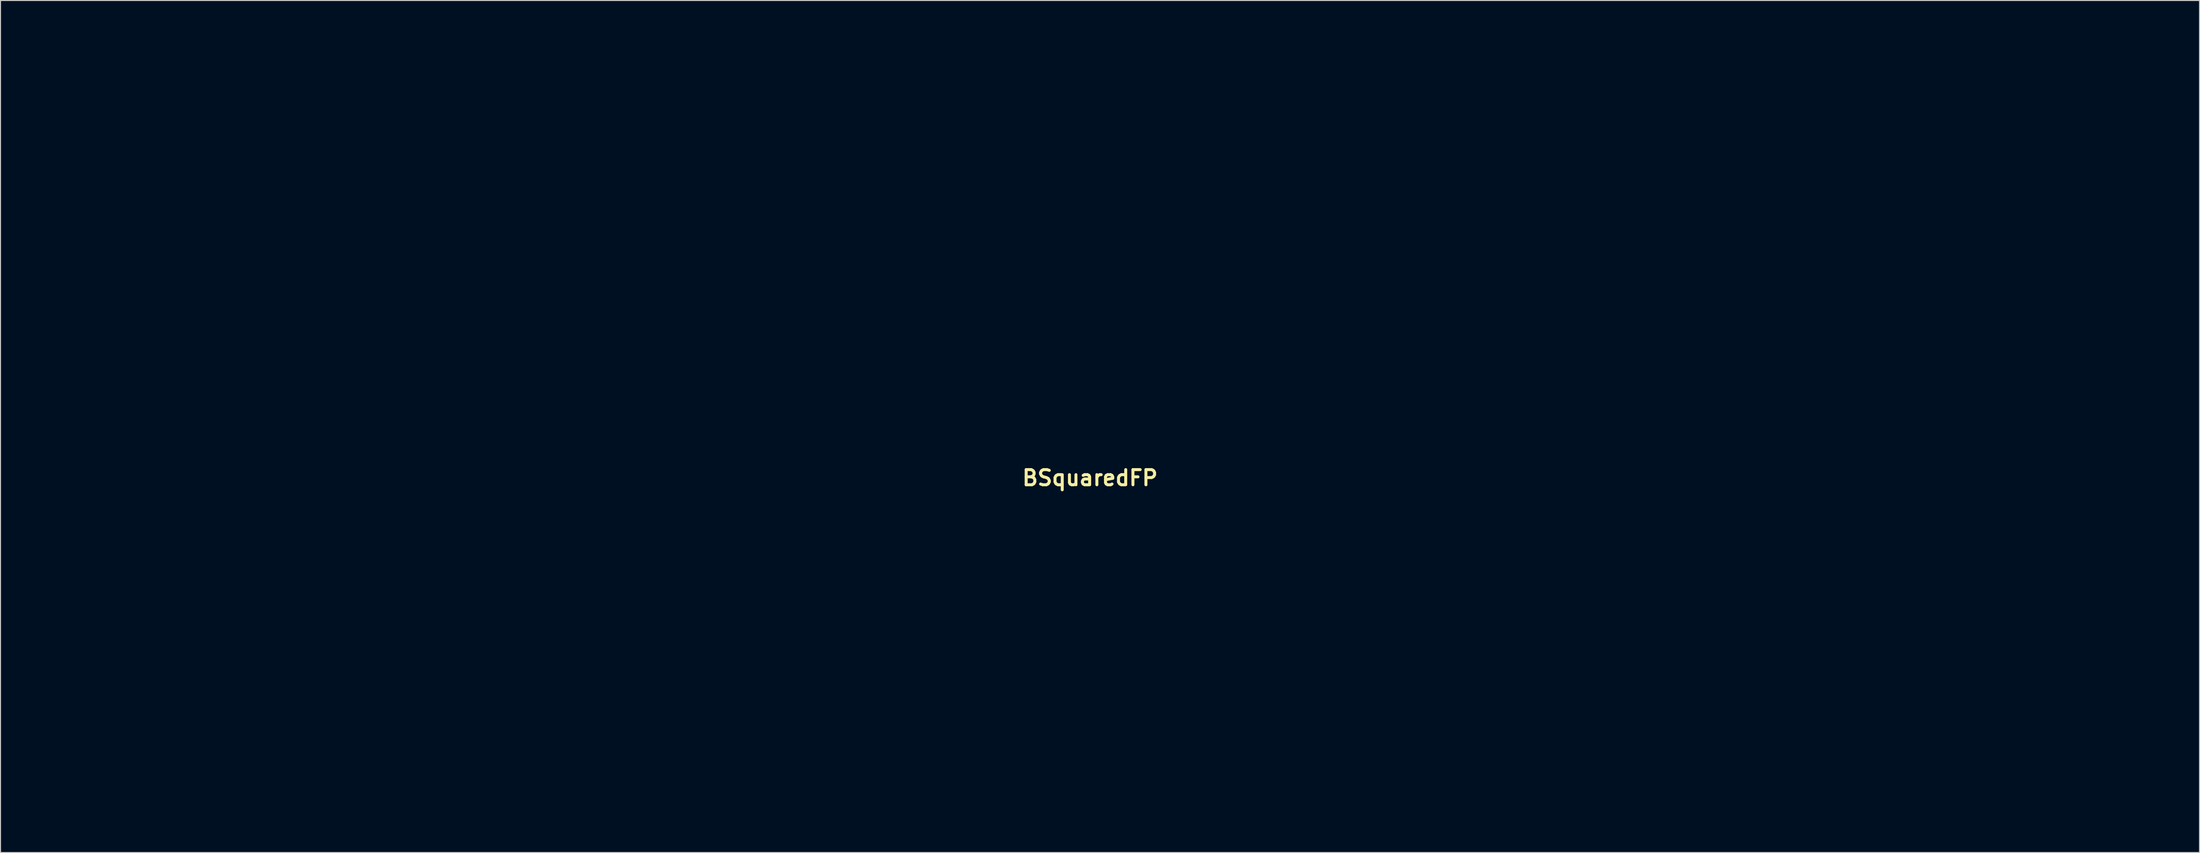
<source format=kicad_pcb>
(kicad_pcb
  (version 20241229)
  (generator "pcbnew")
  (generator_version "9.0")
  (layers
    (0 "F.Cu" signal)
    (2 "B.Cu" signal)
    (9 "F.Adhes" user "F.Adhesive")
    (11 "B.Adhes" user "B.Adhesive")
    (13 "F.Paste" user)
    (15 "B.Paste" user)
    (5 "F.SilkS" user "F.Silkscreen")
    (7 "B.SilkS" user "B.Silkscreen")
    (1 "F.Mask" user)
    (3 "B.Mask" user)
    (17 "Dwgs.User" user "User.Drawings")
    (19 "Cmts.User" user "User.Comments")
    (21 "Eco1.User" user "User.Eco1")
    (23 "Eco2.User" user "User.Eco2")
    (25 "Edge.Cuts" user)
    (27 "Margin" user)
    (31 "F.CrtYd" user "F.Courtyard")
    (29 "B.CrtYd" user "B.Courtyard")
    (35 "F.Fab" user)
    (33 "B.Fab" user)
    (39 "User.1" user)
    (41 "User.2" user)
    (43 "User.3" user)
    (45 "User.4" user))
  (footprint "BSquaredFP"
    (layer "F.Cu")
    (at 106.6 45.067)
    (property "Reference" "BSquaredFP" (at 0 0 0) (layer "F.SilkS") (effects (font (size 1.524 1.524) (thickness 0.3))))
    (attr through_hole)
    (fp_poly (pts (xy 79.841 14.817) (xy 65.786 14.817) (xy 65.786 20.743) (xy 77.639 20.743) (xy 77.639 22.521) (xy 65.786 22.521) (xy 65.786 28.955) (xy 73.046 28.977) (xy 80.306 28.998) (xy 80.33 29.866) (xy 80.355 30.734) (xy 64.008 30.734) (xy 64.008 13.039) (xy 79.841 13.039) (xy 79.841 14.817)) (stroke (width 0.01) (type solid)) (fill no) (layer "Eco2.User"))
    (fp_poly (pts (xy -1.439 -26.867) (xy -6.181 -23.707) (xy -10.922 -20.547) (xy -10.922 -2.371) (xy -15.62 0.762) (xy -16.421 1.295) (xy -17.18 1.8) (xy -17.885 2.268) (xy -18.526 2.693) (xy -19.089 3.065) (xy -19.564 3.379) (xy -19.939 3.624) (xy -20.202 3.795) (xy -20.342 3.884) (xy -20.362 3.895) (xy -20.368 3.812) (xy -20.373 3.571) (xy -20.378 3.182) (xy -20.383 2.657) (xy -20.387 2.006) (xy -20.391 1.241) (xy -20.395 0.372) (xy -20.398 -0.59) (xy -20.4 -1.633) (xy -20.401 -2.748) (xy -20.402 -3.922) (xy -20.402 -5.145) (xy -20.402 -5.186) (xy -20.4 -14.266) (xy -15.661 -17.42) (xy -10.922 -20.574) (xy -10.922 -38.75) (xy -6.413 -41.754) (xy -5.623 -42.281) (xy -4.869 -42.783) (xy -4.165 -43.252) (xy -3.523 -43.68) (xy -2.955 -44.058) (xy -2.476 -44.377) (xy -2.096 -44.63) (xy -1.828 -44.807) (xy -1.686 -44.901) (xy -1.672 -44.91) (xy -1.439 -45.062) (xy -1.439 -26.867)) (stroke (width 0.01) (type solid)) (fill no) (layer "Eco2.User"))
    (fp_poly (pts (xy 24.973 -44.97) (xy 24.988 -44.883) (xy 25.002 -44.722) (xy 25.014 -44.479) (xy 25.024 -44.144) (xy 25.033 -43.712) (xy 25.041 -43.172) (xy 25.047 -42.518) (xy 25.052 -41.742) (xy 25.055 -40.835) (xy 25.058 -39.789) (xy 25.06 -38.597) (xy 25.061 -37.251) (xy 25.061 -35.96) (xy 25.061 -26.867) (xy 20.32 -23.707) (xy 15.579 -20.547) (xy 15.579 -2.371) (xy 10.88 0.762) (xy 10.08 1.295) (xy 9.321 1.8) (xy 8.615 2.268) (xy 7.975 2.693) (xy 7.412 3.065) (xy 6.936 3.379) (xy 6.562 3.624) (xy 6.298 3.795) (xy 6.159 3.884) (xy 6.139 3.895) (xy 6.133 3.812) (xy 6.128 3.571) (xy 6.122 3.182) (xy 6.118 2.657) (xy 6.113 2.006) (xy 6.109 1.241) (xy 6.106 0.372) (xy 6.103 -0.59) (xy 6.101 -1.633) (xy 6.099 -2.748) (xy 6.098 -3.922) (xy 6.098 -5.145) (xy 6.098 -5.186) (xy 6.101 -14.266) (xy 15.494 -20.517) (xy 15.494 -38.692) (xy 20.172 -41.809) (xy 20.973 -42.343) (xy 21.734 -42.849) (xy 22.443 -43.321) (xy 23.088 -43.75) (xy 23.656 -44.129) (xy 24.137 -44.448) (xy 24.518 -44.701) (xy 24.788 -44.879) (xy 24.934 -44.975) (xy 24.956 -44.989) (xy 24.973 -44.97)) (stroke (width 0.01) (type solid)) (fill no) (layer "Eco2.User"))
    (fp_poly (pts (xy 16.205 12.912) (xy 20.59 21.759) (xy 21.158 22.906) (xy 21.705 24.01) (xy 22.225 25.062) (xy 22.715 26.053) (xy 23.169 26.974) (xy 23.583 27.815) (xy 23.953 28.566) (xy 24.273 29.217) (xy 24.539 29.761) (xy 24.746 30.186) (xy 24.89 30.484) (xy 24.965 30.644) (xy 24.976 30.671) (xy 24.897 30.696) (xy 24.683 30.716) (xy 24.367 30.73) (xy 24.023 30.734) (xy 23.07 30.734) (xy 20.026 24.638) (xy 10.116 24.638) (xy 7.072 30.734) (xy 5.092 30.734) (xy 8.373 24.109) (xy 8.895 23.053) (xy 8.991 22.86) (xy 11.016 22.86) (xy 19.123 22.86) (xy 18.039 20.637) (xy 17.437 19.404) (xy 16.9 18.312) (xy 16.43 17.363) (xy 16.028 16.557) (xy 15.694 15.897) (xy 15.43 15.385) (xy 15.235 15.021) (xy 15.112 14.808) (xy 15.063 14.746) (xy 15.029 14.774) (xy 14.961 14.877) (xy 14.855 15.061) (xy 14.709 15.335) (xy 14.517 15.706) (xy 14.278 16.181) (xy 13.986 16.767) (xy 13.638 17.472) (xy 13.231 18.303) (xy 12.76 19.267) (xy 12.223 20.372) (xy 11.848 21.145) (xy 11.016 22.86) (xy 8.991 22.86) (xy 9.42 21.993) (xy 9.938 20.945) (xy 10.441 19.926) (xy 10.922 18.953) (xy 11.372 18.041) (xy 11.784 17.208) (xy 12.147 16.47) (xy 12.456 15.843) (xy 12.701 15.345) (xy 12.785 15.174) (xy 13.917 12.865) (xy 16.205 12.912)) (stroke (width 0.01) (type solid)) (fill no) (layer "Eco2.User"))
    (fp_poly (pts (xy 97.004 13.039) (xy 97.984 13.042) (xy 98.825 13.048) (xy 99.542 13.058) (xy 100.152 13.073) (xy 100.669 13.094) (xy 101.108 13.122) (xy 101.485 13.158) (xy 101.815 13.204) (xy 102.114 13.26) (xy 102.396 13.327) (xy 102.677 13.407) (xy 102.973 13.499) (xy 103.031 13.518) (xy 104.103 13.95) (xy 105.093 14.513) (xy 105.984 15.194) (xy 106.762 15.981) (xy 107.412 16.862) (xy 107.738 17.439) (xy 108.151 18.436) (xy 108.435 19.521) (xy 108.588 20.673) (xy 108.608 21.869) (xy 108.493 23.086) (xy 108.243 24.303) (xy 108.241 24.312) (xy 108.01 25.02) (xy 107.686 25.78) (xy 107.299 26.533) (xy 106.879 27.22) (xy 106.58 27.631) (xy 105.86 28.407) (xy 105.012 29.1) (xy 104.061 29.692) (xy 103.036 30.167) (xy 102.15 30.458) (xy 101.304 30.686) (xy 90.932 30.742) (xy 90.932 14.844) (xy 92.71 14.844) (xy 92.71 29.041) (xy 96.26 29.041) (xy 97.097 29.038) (xy 97.889 29.032) (xy 98.614 29.022) (xy 99.253 29.009) (xy 99.786 28.993) (xy 100.192 28.974) (xy 100.452 28.954) (xy 100.472 28.951) (xy 101.029 28.845) (xy 101.65 28.676) (xy 102.277 28.464) (xy 102.85 28.23) (xy 103.268 28.016) (xy 103.52 27.843) (xy 103.847 27.581) (xy 104.207 27.267) (xy 104.557 26.934) (xy 104.567 26.924) (xy 104.931 26.553) (xy 105.201 26.248) (xy 105.412 25.964) (xy 105.598 25.654) (xy 105.773 25.315) (xy 105.979 24.856) (xy 106.183 24.328) (xy 106.35 23.823) (xy 106.395 23.664) (xy 106.486 23.294) (xy 106.55 22.967) (xy 106.589 22.636) (xy 106.61 22.251) (xy 106.619 21.764) (xy 106.619 21.548) (xy 106.603 20.794) (xy 106.546 20.16) (xy 106.439 19.601) (xy 106.27 19.07) (xy 106.03 18.521) (xy 105.901 18.266) (xy 105.375 17.433) (xy 104.718 16.704) (xy 103.942 16.083) (xy 103.053 15.576) (xy 102.06 15.188) (xy 100.973 14.924) (xy 100.2 14.82) (xy 99.873 14.8) (xy 99.396 14.785) (xy 98.79 14.776) (xy 98.074 14.773) (xy 97.269 14.776) (xy 96.393 14.785) (xy 96.015 14.79) (xy 92.71 14.844) (xy 90.932 14.844) (xy 90.932 13.039) (xy 95.87 13.039) (xy 97.004 13.039)) (stroke (width 0.01) (type solid)) (fill no) (layer "Eco2.User"))
    (fp_poly (pts (xy -19.981 18.757) (xy -19.981 19.956) (xy -19.98 20.998) (xy -19.976 21.898) (xy -19.969 22.668) (xy -19.959 23.323) (xy -19.943 23.875) (xy -19.921 24.338) (xy -19.892 24.725) (xy -19.855 25.049) (xy -19.809 25.324) (xy -19.754 25.564) (xy -19.687 25.781) (xy -19.609 25.988) (xy -19.518 26.2) (xy -19.426 26.401) (xy -19.06 27.026) (xy -18.565 27.623) (xy -17.981 28.152) (xy -17.347 28.572) (xy -17.279 28.609) (xy -16.345 29.008) (xy -15.32 29.293) (xy -14.236 29.463) (xy -13.124 29.519) (xy -12.015 29.459) (xy -10.939 29.284) (xy -9.928 28.994) (xy -9.105 28.637) (xy -8.59 28.313) (xy -8.073 27.888) (xy -7.597 27.403) (xy -7.202 26.9) (xy -6.967 26.501) (xy -6.862 26.284) (xy -6.771 26.09) (xy -6.693 25.906) (xy -6.626 25.719) (xy -6.571 25.516) (xy -6.525 25.284) (xy -6.488 25.008) (xy -6.458 24.677) (xy -6.435 24.276) (xy -6.417 23.793) (xy -6.404 23.215) (xy -6.394 22.527) (xy -6.387 21.717) (xy -6.381 20.772) (xy -6.376 19.678) (xy -6.372 18.986) (xy -6.342 13.039) (xy -4.565 13.039) (xy -4.594 19.325) (xy -4.599 20.543) (xy -4.604 21.604) (xy -4.61 22.522) (xy -4.617 23.309) (xy -4.628 23.979) (xy -4.642 24.543) (xy -4.661 25.016) (xy -4.685 25.409) (xy -4.717 25.736) (xy -4.757 26.01) (xy -4.807 26.243) (xy -4.866 26.448) (xy -4.937 26.639) (xy -5.02 26.828) (xy -5.116 27.028) (xy -5.227 27.252) (xy -5.254 27.305) (xy -5.783 28.195) (xy -6.444 28.981) (xy -7.231 29.661) (xy -8.138 30.23) (xy -9.16 30.685) (xy -10.292 31.023) (xy -11.196 31.194) (xy -11.861 31.266) (xy -12.626 31.306) (xy -13.431 31.313) (xy -14.217 31.288) (xy -14.923 31.23) (xy -15.198 31.193) (xy -16.383 30.942) (xy -17.473 30.568) (xy -18.458 30.078) (xy -19.331 29.476) (xy -20.083 28.769) (xy -20.706 27.961) (xy -21.078 27.305) (xy -21.192 27.074) (xy -21.292 26.87) (xy -21.378 26.68) (xy -21.451 26.49) (xy -21.513 26.289) (xy -21.564 26.063) (xy -21.606 25.799) (xy -21.64 25.485) (xy -21.666 25.107) (xy -21.686 24.653) (xy -21.701 24.11) (xy -21.712 23.465) (xy -21.72 22.704) (xy -21.726 21.816) (xy -21.731 20.787) (xy -21.736 19.605) (xy -21.737 19.325) (xy -21.766 13.039) (xy -19.981 13.039) (xy -19.981 18.757)) (stroke (width 0.01) (type solid)) (fill no) (layer "Eco2.User"))
    (fp_poly (pts (xy 40.831 13.04) (xy 42.048 13.041) (xy 43.11 13.043) (xy 44.03 13.048) (xy 44.82 13.054) (xy 45.495 13.063) (xy 46.067 13.076) (xy 46.551 13.093) (xy 46.96 13.114) (xy 47.307 13.141) (xy 47.605 13.173) (xy 47.868 13.211) (xy 48.11 13.255) (xy 48.343 13.307) (xy 48.472 13.338) (xy 49.42 13.643) (xy 50.258 14.054) (xy 50.977 14.563) (xy 51.568 15.163) (xy 52.022 15.846) (xy 52.33 16.604) (xy 52.364 16.725) (xy 52.436 17.128) (xy 52.477 17.632) (xy 52.489 18.176) (xy 52.469 18.704) (xy 52.419 19.155) (xy 52.378 19.347) (xy 52.071 20.184) (xy 51.617 20.938) (xy 51.022 21.607) (xy 50.29 22.184) (xy 49.426 22.667) (xy 48.517 23.023) (xy 48.148 23.128) (xy 47.762 23.215) (xy 47.52 23.254) (xy 47.26 23.296) (xy 47.077 23.347) (xy 47.026 23.378) (xy 47.031 23.486) (xy 47.081 23.727) (xy 47.168 24.073) (xy 47.284 24.495) (xy 47.42 24.965) (xy 47.568 25.456) (xy 47.72 25.939) (xy 47.868 26.387) (xy 48.003 26.77) (xy 48.058 26.915) (xy 48.412 27.703) (xy 48.8 28.329) (xy 49.23 28.801) (xy 49.71 29.123) (xy 50.249 29.303) (xy 50.856 29.346) (xy 51.318 29.3) (xy 51.675 29.232) (xy 52.021 29.149) (xy 52.228 29.087) (xy 52.578 28.964) (xy 52.578 30.729) (xy 52.133 30.858) (xy 51.302 31.05) (xy 50.493 31.146) (xy 49.742 31.143) (xy 49.083 31.04) (xy 48.921 30.994) (xy 48.354 30.746) (xy 47.841 30.375) (xy 47.371 29.87) (xy 46.929 29.216) (xy 46.65 28.702) (xy 46.503 28.375) (xy 46.325 27.916) (xy 46.125 27.359) (xy 45.914 26.737) (xy 45.704 26.081) (xy 45.505 25.424) (xy 45.328 24.8) (xy 45.246 24.49) (xy 45.001 23.537) (xy 36.661 23.537) (xy 36.661 30.734) (xy 34.883 30.734) (xy 34.883 14.844) (xy 36.661 14.844) (xy 36.661 21.937) (xy 41.804 21.909) (xy 42.875 21.903) (xy 43.79 21.896) (xy 44.563 21.89) (xy 45.208 21.882) (xy 45.738 21.873) (xy 46.167 21.862) (xy 46.509 21.849) (xy 46.778 21.833) (xy 46.986 21.814) (xy 47.148 21.792) (xy 47.277 21.765) (xy 47.387 21.734) (xy 47.413 21.726) (xy 48.105 21.451) (xy 48.684 21.112) (xy 49.195 20.691) (xy 49.687 20.123) (xy 50.041 19.506) (xy 50.258 18.86) (xy 50.342 18.204) (xy 50.294 17.561) (xy 50.117 16.949) (xy 49.813 16.388) (xy 49.385 15.899) (xy 48.835 15.503) (xy 48.557 15.364) (xy 48.251 15.236) (xy 47.943 15.126) (xy 47.619 15.033) (xy 47.264 14.957) (xy 46.864 14.895) (xy 46.404 14.846) (xy 45.87 14.81) (xy 45.246 14.786) (xy 44.518 14.772) (xy 43.673 14.768) (xy 42.694 14.771) (xy 41.568 14.782) (xy 40.958 14.789) (xy 36.661 14.844) (xy 34.883 14.844) (xy 34.883 13.039) (xy 40.831 13.04)) (stroke (width 0.01) (type solid)) (fill no) (layer "Eco2.User"))
    (fp_poly (pts (xy -99.327 13.039) (xy -98.262 13.04) (xy -97.34 13.043) (xy -96.548 13.049) (xy -95.874 13.058) (xy -95.304 13.071) (xy -94.826 13.088) (xy -94.426 13.11) (xy -94.091 13.139) (xy -93.809 13.174) (xy -93.567 13.217) (xy -93.351 13.268) (xy -93.149 13.327) (xy -92.947 13.396) (xy -92.775 13.46) (xy -92.072 13.799) (xy -91.448 14.248) (xy -90.927 14.784) (xy -90.534 15.384) (xy -90.367 15.769) (xy -90.266 16.197) (xy -90.212 16.726) (xy -90.204 17.299) (xy -90.241 17.862) (xy -90.323 18.358) (xy -90.41 18.646) (xy -90.718 19.247) (xy -91.134 19.824) (xy -91.616 20.319) (xy -91.86 20.512) (xy -92.104 20.692) (xy -92.284 20.833) (xy -92.363 20.909) (xy -92.364 20.913) (xy -92.298 20.972) (xy -92.12 21.09) (xy -91.869 21.24) (xy -91.852 21.25) (xy -91.397 21.567) (xy -90.943 21.982) (xy -90.54 22.442) (xy -90.237 22.897) (xy -90.209 22.951) (xy -89.938 23.656) (xy -89.783 24.452) (xy -89.747 25.302) (xy -89.835 26.172) (xy -89.874 26.374) (xy -90.141 27.247) (xy -90.557 28.06) (xy -91.107 28.798) (xy -91.777 29.443) (xy -92.553 29.982) (xy -93.419 30.398) (xy -93.684 30.493) (xy -94.276 30.689) (xy -100.436 30.715) (xy -106.595 30.741) (xy -106.595 29.041) (xy -104.817 29.041) (xy -100.094 29.041) (xy -99.041 29.04) (xy -98.144 29.038) (xy -97.39 29.034) (xy -96.763 29.027) (xy -96.251 29.019) (xy -95.839 29.007) (xy -95.515 28.992) (xy -95.264 28.973) (xy -95.073 28.951) (xy -94.927 28.925) (xy -94.885 28.914) (xy -94.107 28.63) (xy -93.419 28.211) (xy -92.834 27.672) (xy -92.37 27.027) (xy -92.04 26.292) (xy -92.019 26.225) (xy -91.902 25.699) (xy -91.854 25.128) (xy -91.876 24.584) (xy -91.937 24.252) (xy -92.171 23.706) (xy -92.551 23.211) (xy -93.06 22.785) (xy -93.678 22.447) (xy -93.987 22.327) (xy -94.104 22.289) (xy -94.22 22.256) (xy -94.349 22.229) (xy -94.507 22.206) (xy -94.706 22.187) (xy -94.96 22.171) (xy -95.284 22.159) (xy -95.692 22.149) (xy -96.196 22.141) (xy -96.812 22.134) (xy -97.553 22.128) (xy -98.432 22.123) (xy -99.465 22.118) (xy -99.674 22.116) (xy -104.817 22.091) (xy -104.817 29.041) (xy -106.595 29.041) (xy -106.595 14.836) (xy -104.817 14.836) (xy -104.817 20.32) (xy -100.038 20.32) (xy -98.803 20.318) (xy -97.736 20.313) (xy -96.834 20.304) (xy -96.098 20.292) (xy -95.523 20.276) (xy -95.111 20.256) (xy -94.857 20.233) (xy -94.81 20.225) (xy -94.134 20.013) (xy -93.535 19.69) (xy -93.025 19.277) (xy -92.619 18.791) (xy -92.332 18.251) (xy -92.176 17.678) (xy -92.166 17.089) (xy -92.24 16.726) (xy -92.486 16.175) (xy -92.879 15.702) (xy -93.412 15.312) (xy -94.079 15.011) (xy -94.34 14.928) (xy -94.618 14.876) (xy -95.053 14.832) (xy -95.633 14.796) (xy -96.347 14.769) (xy -97.182 14.75) (xy -98.127 14.74) (xy -99.17 14.74) (xy -100.298 14.749) (xy -101.5 14.768) (xy -101.809 14.774) (xy -104.817 14.836) (xy -106.595 14.836) (xy -106.595 13.039) (xy -100.549 13.039) (xy -99.327 13.039)) (stroke (width 0.01) (type solid)) (fill no) (layer "Eco2.User"))
    (fp_poly (pts (xy -40.969 12.505) (xy -39.798 12.676) (xy -38.714 12.968) (xy -37.696 13.385) (xy -36.722 13.934) (xy -36.646 13.984) (xy -35.701 14.702) (xy -34.884 15.53) (xy -34.195 16.463) (xy -33.639 17.495) (xy -33.217 18.621) (xy -32.932 19.836) (xy -32.786 21.134) (xy -32.767 21.844) (xy -32.835 23.125) (xy -33.038 24.362) (xy -33.368 25.532) (xy -33.82 26.61) (xy -34.08 27.093) (xy -34.445 27.634) (xy -34.917 28.207) (xy -35.455 28.775) (xy -36.022 29.298) (xy -36.58 29.737) (xy -36.957 29.982) (xy -37.962 30.488) (xy -39.009 30.875) (xy -40.056 31.13) (xy -40.671 31.214) (xy -41.259 31.269) (xy -41.207 32.991) (xy -41.156 34.713) (xy -43.168 34.713) (xy -43.119 32.991) (xy -43.07 31.269) (xy -43.654 31.213) (xy -44.176 31.137) (xy -44.784 31.005) (xy -45.411 30.835) (xy -45.992 30.644) (xy -46.351 30.501) (xy -47.45 29.928) (xy -48.43 29.236) (xy -49.287 28.427) (xy -50.021 27.503) (xy -50.629 26.467) (xy -50.633 26.458) (xy -51.077 25.387) (xy -51.388 24.241) (xy -51.569 23.046) (xy -51.608 22.119) (xy -49.764 22.119) (xy -49.655 23.281) (xy -49.382 24.412) (xy -48.943 25.526) (xy -48.86 25.696) (xy -48.326 26.587) (xy -47.659 27.388) (xy -46.879 28.08) (xy -46.007 28.641) (xy -45.847 28.724) (xy -45.389 28.924) (xy -44.841 29.116) (xy -44.274 29.281) (xy -43.757 29.396) (xy -43.568 29.425) (xy -43.068 29.487) (xy -43.12 26.978) (xy -43.171 24.469) (xy -41.157 24.469) (xy -41.209 27.018) (xy -41.26 29.568) (xy -40.886 29.51) (xy -40.597 29.457) (xy -40.235 29.381) (xy -39.963 29.319) (xy -38.929 28.987) (xy -37.989 28.517) (xy -37.15 27.915) (xy -36.418 27.188) (xy -35.8 26.342) (xy -35.301 25.384) (xy -34.929 24.319) (xy -34.911 24.253) (xy -34.824 23.907) (xy -34.762 23.603) (xy -34.722 23.296) (xy -34.698 22.943) (xy -34.686 22.502) (xy -34.682 22.013) (xy -34.695 21.219) (xy -34.746 20.545) (xy -34.845 19.944) (xy -35.003 19.369) (xy -35.229 18.774) (xy -35.526 18.129) (xy -35.735 17.714) (xy -35.916 17.393) (xy -36.104 17.12) (xy -36.332 16.849) (xy -36.636 16.531) (xy -36.815 16.351) (xy -37.497 15.738) (xy -38.198 15.249) (xy -38.964 14.857) (xy -39.844 14.533) (xy -39.92 14.51) (xy -40.203 14.426) (xy -40.447 14.366) (xy -40.689 14.324) (xy -40.965 14.298) (xy -41.308 14.284) (xy -41.756 14.278) (xy -42.249 14.277) (xy -42.839 14.28) (xy -43.295 14.29) (xy -43.651 14.31) (xy -43.943 14.343) (xy -44.205 14.392) (xy -44.472 14.459) (xy -44.474 14.46) (xy -45.547 14.834) (xy -46.504 15.331) (xy -47.342 15.947) (xy -48.06 16.681) (xy -48.656 17.53) (xy -49.128 18.493) (xy -49.474 19.565) (xy -49.691 20.746) (xy -49.711 20.914) (xy -49.764 22.119) (xy -51.608 22.119) (xy -51.621 21.826) (xy -51.544 20.605) (xy -51.341 19.407) (xy -51.013 18.257) (xy -50.561 17.179) (xy -50.031 16.261) (xy -49.303 15.321) (xy -48.467 14.509) (xy -47.528 13.828) (xy -46.49 13.28) (xy -45.36 12.868) (xy -44.143 12.594) (xy -42.843 12.461) (xy -42.249 12.448) (xy -40.969 12.505)) (stroke (width 0.01) (type solid)) (fill no) (layer "Eco2.User"))
    (fp_poly (pts (xy -69.707 12.474) (xy -69.012 12.511) (xy -68.473 12.567) (xy -67.171 12.81) (xy -66.002 13.158) (xy -64.966 13.61) (xy -64.062 14.168) (xy -63.289 14.831) (xy -62.676 15.559) (xy -62.411 15.976) (xy -62.158 16.457) (xy -61.945 16.94) (xy -61.799 17.368) (xy -61.771 17.484) (xy -61.752 17.599) (xy -61.77 17.686) (xy -61.852 17.763) (xy -62.025 17.849) (xy -62.314 17.966) (xy -62.533 18.051) (xy -62.899 18.189) (xy -63.138 18.271) (xy -63.278 18.301) (xy -63.351 18.283) (xy -63.385 18.224) (xy -63.393 18.195) (xy -63.582 17.69) (xy -63.885 17.145) (xy -64.268 16.611) (xy -64.624 16.213) (xy -64.951 15.903) (xy -65.253 15.662) (xy -65.587 15.451) (xy -66.01 15.231) (xy -66.125 15.176) (xy -66.951 14.82) (xy -67.776 14.554) (xy -68.632 14.373) (xy -69.556 14.27) (xy -70.581 14.238) (xy -71.289 14.252) (xy -72.474 14.334) (xy -73.516 14.492) (xy -74.424 14.73) (xy -75.208 15.051) (xy -75.876 15.456) (xy -76.293 15.805) (xy -76.724 16.303) (xy -77.017 16.834) (xy -77.17 17.376) (xy -77.179 17.909) (xy -77.043 18.411) (xy -76.757 18.861) (xy -76.73 18.892) (xy -76.486 19.131) (xy -76.204 19.341) (xy -75.869 19.528) (xy -75.466 19.694) (xy -74.982 19.844) (xy -74.402 19.981) (xy -73.712 20.109) (xy -72.897 20.232) (xy -71.943 20.354) (xy -70.836 20.479) (xy -70.707 20.493) (xy -70.033 20.566) (xy -69.368 20.64) (xy -68.743 20.713) (xy -68.191 20.78) (xy -67.744 20.838) (xy -67.437 20.881) (xy -66.219 21.103) (xy -65.157 21.369) (xy -64.245 21.682) (xy -63.473 22.048) (xy -62.835 22.469) (xy -62.322 22.95) (xy -61.927 23.494) (xy -61.781 23.771) (xy -61.667 24.019) (xy -61.591 24.224) (xy -61.545 24.432) (xy -61.521 24.687) (xy -61.512 25.031) (xy -61.511 25.4) (xy -61.517 25.891) (xy -61.537 26.261) (xy -61.577 26.558) (xy -61.644 26.831) (xy -61.707 27.025) (xy -62.083 27.861) (xy -62.606 28.616) (xy -63.276 29.289) (xy -64.088 29.878) (xy -65.042 30.382) (xy -66.134 30.8) (xy -67.364 31.129) (xy -67.555 31.17) (xy -68.04 31.246) (xy -68.652 31.307) (xy -69.353 31.35) (xy -70.1 31.377) (xy -70.854 31.384) (xy -71.573 31.372) (xy -72.219 31.34) (xy -72.749 31.287) (xy -72.762 31.285) (xy -74.058 31.044) (xy -75.233 30.708) (xy -76.28 30.281) (xy -77.196 29.765) (xy -77.974 29.163) (xy -78.612 28.476) (xy -78.95 27.982) (xy -79.125 27.653) (xy -79.29 27.275) (xy -79.43 26.891) (xy -79.531 26.545) (xy -79.576 26.283) (xy -79.573 26.195) (xy -79.476 26.086) (xy -79.23 25.939) (xy -78.849 25.762) (xy -78.782 25.734) (xy -78.021 25.418) (xy -77.851 25.938) (xy -77.51 26.724) (xy -77.029 27.414) (xy -76.41 28.008) (xy -75.653 28.504) (xy -74.759 28.904) (xy -73.727 29.206) (xy -72.559 29.411) (xy -71.254 29.518) (xy -71.107 29.523) (xy -69.853 29.521) (xy -68.687 29.429) (xy -67.617 29.25) (xy -66.649 28.989) (xy -65.793 28.648) (xy -65.057 28.234) (xy -64.447 27.748) (xy -63.972 27.195) (xy -63.639 26.579) (xy -63.458 25.904) (xy -63.437 25.732) (xy -63.449 25.133) (xy -63.602 24.602) (xy -63.898 24.134) (xy -64.342 23.727) (xy -64.935 23.379) (xy -65.683 23.086) (xy -66.587 22.847) (xy -67.183 22.732) (xy -67.482 22.687) (xy -67.917 22.632) (xy -68.452 22.569) (xy -69.056 22.502) (xy -69.695 22.436) (xy -70.146 22.392) (xy -71.355 22.272) (xy -72.411 22.156) (xy -73.33 22.04) (xy -74.128 21.922) (xy -74.821 21.799) (xy -75.427 21.667) (xy -75.96 21.524) (xy -76.437 21.367) (xy -76.874 21.192) (xy -77.105 21.086) (xy -77.829 20.676) (xy -78.396 20.206) (xy -78.813 19.666) (xy -79.085 19.047) (xy -79.218 18.342) (xy -79.225 17.658) (xy -79.153 16.986) (xy -79.011 16.418) (xy -78.778 15.894) (xy -78.446 15.372) (xy -77.872 14.713) (xy -77.151 14.128) (xy -76.288 13.62) (xy -75.287 13.191) (xy -74.156 12.845) (xy -73.238 12.645) (xy -72.68 12.566) (xy -72.002 12.509) (xy -71.249 12.474) (xy -70.468 12.462) (xy -69.707 12.474)) (stroke (width 0.01) (type solid)) (fill no) (layer "Eco2.User")))
  (gr_rect
    (start -3 -3)
    (end 218.213 82.785)
    (stroke (width 0.1) (type default))
    (fill no)
    (layer "Edge.Cuts")))
</source>
